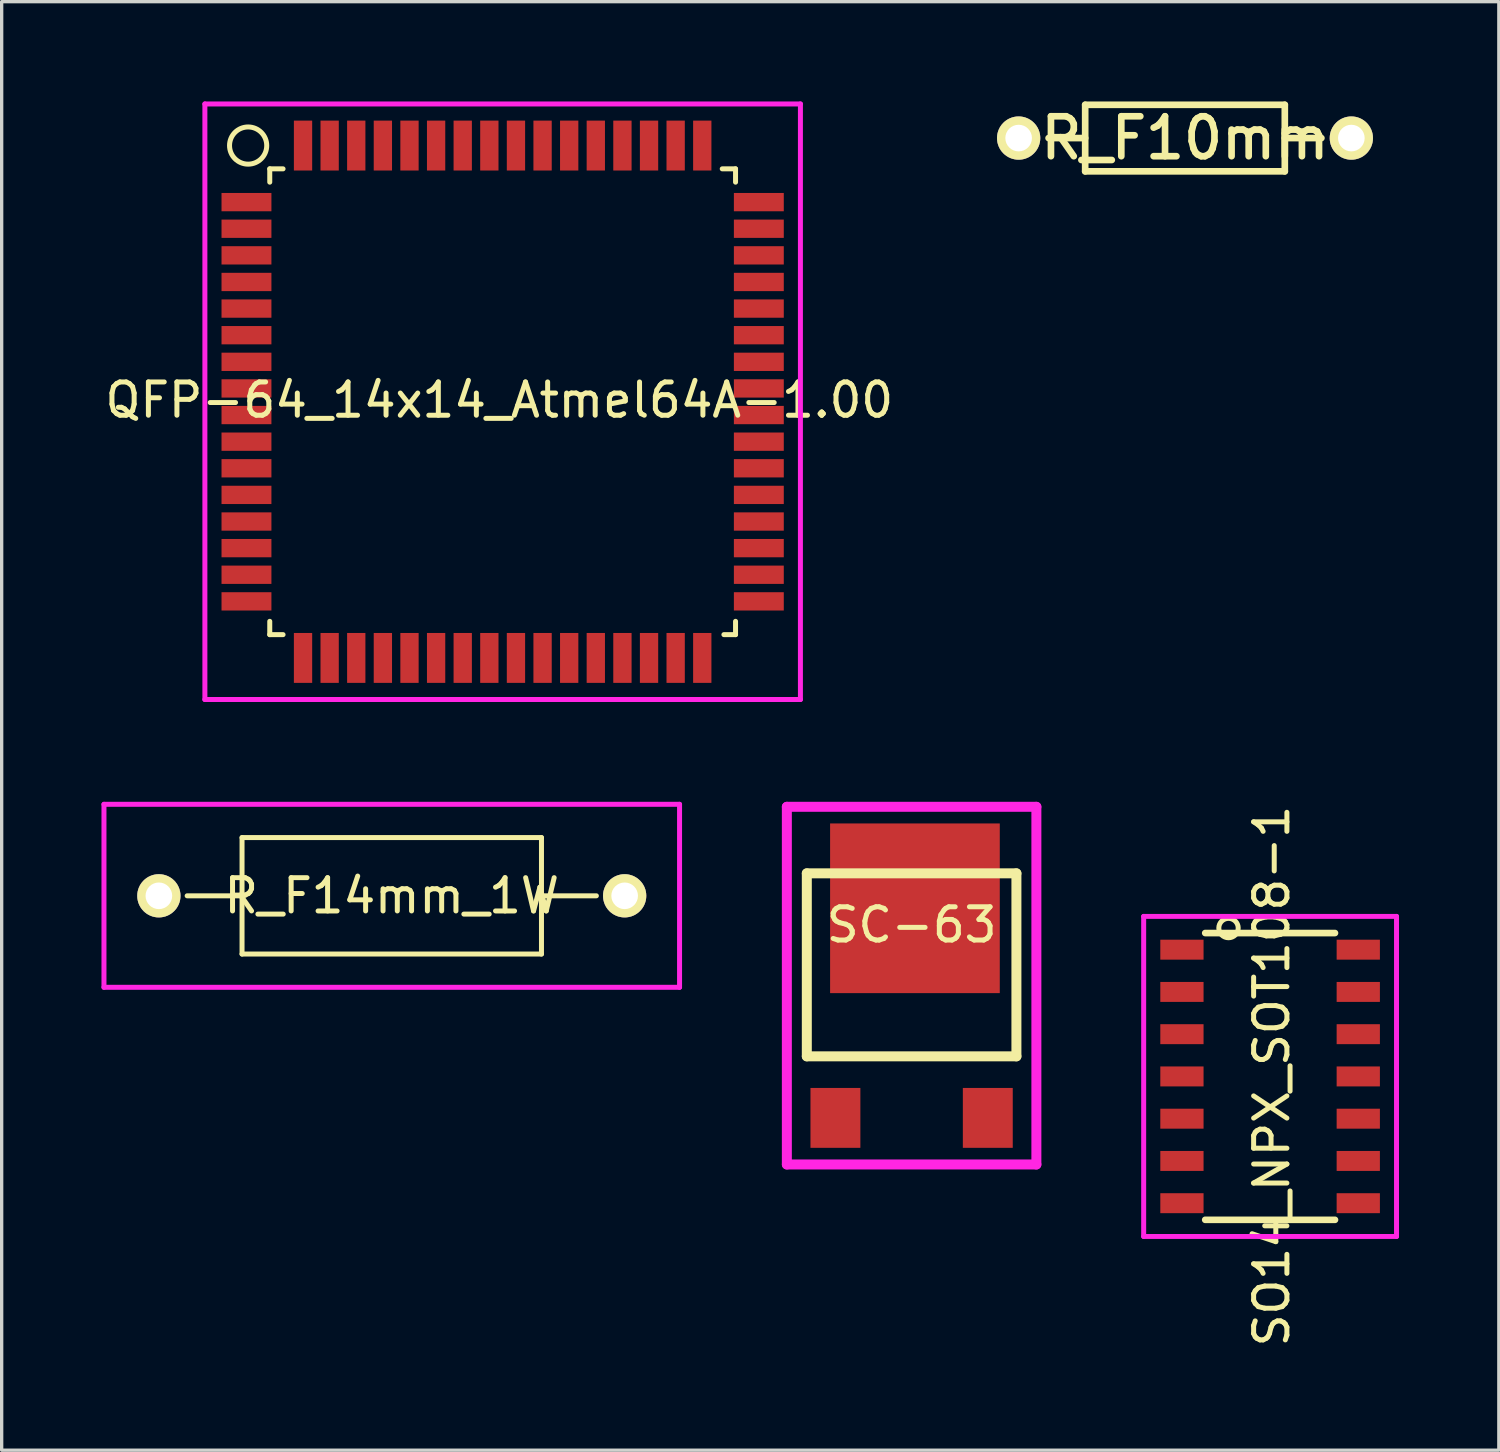
<source format=kicad_pcb>
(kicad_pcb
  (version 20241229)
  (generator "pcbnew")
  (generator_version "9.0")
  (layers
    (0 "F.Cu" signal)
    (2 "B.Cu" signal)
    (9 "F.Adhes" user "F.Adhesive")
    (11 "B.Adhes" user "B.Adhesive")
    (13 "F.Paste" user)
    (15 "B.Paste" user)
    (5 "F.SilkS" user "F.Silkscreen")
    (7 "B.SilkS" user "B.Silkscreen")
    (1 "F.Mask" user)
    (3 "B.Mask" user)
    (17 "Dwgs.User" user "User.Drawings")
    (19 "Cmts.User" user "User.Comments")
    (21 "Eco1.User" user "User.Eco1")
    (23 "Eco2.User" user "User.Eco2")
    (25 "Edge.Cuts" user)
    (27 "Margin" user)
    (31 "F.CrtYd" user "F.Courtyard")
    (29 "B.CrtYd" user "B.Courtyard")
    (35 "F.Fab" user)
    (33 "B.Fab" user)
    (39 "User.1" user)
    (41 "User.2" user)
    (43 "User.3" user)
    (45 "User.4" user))
  (footprint "R_F14mm_1W"
    (layer "F.Cu")
    (at 8.725 23.875)
    (property "Reference" "R_F14mm_1W" (at 0 0 0) (layer "F.SilkS") (effects (font (size 1 1) (thickness 0.15))))
    (attr through_hole)
    (fp_line (start -6.15 0) (end -4.5 0) (stroke (width 0.15) (type solid)) (layer "F.SilkS"))
    (fp_line (start -4.5 -1.75) (end 4.5 -1.75) (stroke (width 0.15) (type solid)) (layer "F.SilkS"))
    (fp_line (start -4.5 1.75) (end -4.5 -1.75) (stroke (width 0.15) (type solid)) (layer "F.SilkS"))
    (fp_line (start 4.5 -1.75) (end 4.5 1.75) (stroke (width 0.15) (type solid)) (layer "F.SilkS"))
    (fp_line (start 4.5 1.75) (end -4.5 1.75) (stroke (width 0.15) (type solid)) (layer "F.SilkS"))
    (fp_line (start 6.15 0) (end 4.5 0) (stroke (width 0.15) (type solid)) (layer "F.SilkS"))
    (fp_line (start -8.65 -2.75) (end 8.65 -2.75) (stroke (width 0.15) (type solid)) (layer "F.CrtYd"))
    (fp_line (start -8.65 2.75) (end -8.65 -2.75) (stroke (width 0.15) (type solid)) (layer "F.CrtYd"))
    (fp_line (start 8.65 -2.75) (end 8.65 2.75) (stroke (width 0.15) (type solid)) (layer "F.CrtYd"))
    (fp_line (start 8.65 2.75) (end -8.65 2.75) (stroke (width 0.15) (type solid)) (layer "F.CrtYd"))
    (pad "1" thru_hole circle (at -7 0) (size 1.3 1.3) (drill 0.8) (layers "*.Cu" "*.Mask" "F.SilkS"))
    (pad "2" thru_hole circle (at 7 0) (size 1.3 1.3) (drill 0.8) (layers "*.Cu" "*.Mask" "F.SilkS")))
  (footprint "R_F10mm"
    (layer "F.Cu")
    (at 32.567 1.1)
    (property "Reference" "R_F10mm" (at 0 0 0) (layer "F.SilkS") (effects (font (size 1.2 1.2) (thickness 0.2))))
    (attr through_hole)
    (fp_line (start -3 -1) (end 3 -1) (stroke (width 0.2) (type solid)) (layer "F.SilkS"))
    (fp_line (start -3 0) (end -4.1 0) (stroke (width 0.2) (type solid)) (layer "F.SilkS"))
    (fp_line (start -3 1) (end -3 -1) (stroke (width 0.2) (type solid)) (layer "F.SilkS"))
    (fp_line (start 3 -1) (end 3 1) (stroke (width 0.2) (type solid)) (layer "F.SilkS"))
    (fp_line (start 3 0) (end 4.1 0) (stroke (width 0.2) (type solid)) (layer "F.SilkS"))
    (fp_line (start 3 1) (end -3 1) (stroke (width 0.2) (type solid)) (layer "F.SilkS"))
    (pad "1" thru_hole circle (at -5 0) (size 1.3 1.3) (drill 0.8) (layers "*.Cu" "*.Mask" "F.SilkS"))
    (pad "2" thru_hole circle (at 5 0) (size 1.3 1.3) (drill 0.8) (layers "*.Cu" "*.Mask" "F.SilkS")))
  (footprint "QFP-64_14x14_Atmel64A-1.00"
    (layer "F.Cu")
    (at 4.358 3.025)
    (property "Reference" "QFP-64_14x14_Atmel64A-1.00" (at 7.6 5.95 0) (layer "F.SilkS") (effects (font (size 1 1) (thickness 0.15))))
    (attr through_hole)
    (fp_line (start 0.7 -1) (end 0.7 -0.6) (stroke (width 0.15) (type solid)) (layer "F.SilkS"))
    (fp_line (start 0.7 -1) (end 1.1 -1) (stroke (width 0.15) (type solid)) (layer "F.SilkS"))
    (fp_line (start 0.7 13) (end 0.7 12.6) (stroke (width 0.15) (type solid)) (layer "F.SilkS"))
    (fp_line (start 0.7 13) (end 1.1 13) (stroke (width 0.15) (type solid)) (layer "F.SilkS"))
    (fp_line (start 14.7 -1) (end 14.3 -1) (stroke (width 0.15) (type solid)) (layer "F.SilkS"))
    (fp_line (start 14.7 -1) (end 14.7 -0.6) (stroke (width 0.15) (type solid)) (layer "F.SilkS"))
    (fp_line (start 14.7 13) (end 14.35 13) (stroke (width 0.15) (type solid)) (layer "F.SilkS"))
    (fp_line (start 14.7 13) (end 14.7 12.6) (stroke (width 0.15) (type solid)) (layer "F.SilkS"))
    (fp_circle (center 0.05 -1.7) (end 0.55 -1.45) (stroke (width 0.15) (type solid)) (fill no) (layer "F.SilkS"))
    (fp_line (start -1.25 -2.95) (end 16.65 -2.95) (stroke (width 0.15) (type solid)) (layer "F.CrtYd"))
    (fp_line (start -1.25 14.95) (end -1.25 -2.95) (stroke (width 0.15) (type solid)) (layer "F.CrtYd"))
    (fp_line (start 16.65 -2.95) (end 16.65 14.95) (stroke (width 0.15) (type solid)) (layer "F.CrtYd"))
    (fp_line (start 16.65 14.95) (end -1.25 14.95) (stroke (width 0.15) (type solid)) (layer "F.CrtYd"))
    (pad "1" smd rect (at 0 0) (size 1.5 0.55) (layers "F.Cu" "F.Mask" "F.Paste"))
    (pad "2" smd rect (at 0 0.8) (size 1.5 0.55) (layers "F.Cu" "F.Mask" "F.Paste"))
    (pad "3" smd rect (at 0 1.6) (size 1.5 0.55) (layers "F.Cu" "F.Mask" "F.Paste"))
    (pad "4" smd rect (at 0 2.4) (size 1.5 0.55) (layers "F.Cu" "F.Mask" "F.Paste"))
    (pad "5" smd rect (at 0 3.2) (size 1.5 0.55) (layers "F.Cu" "F.Mask" "F.Paste"))
    (pad "6" smd rect (at 0 4) (size 1.5 0.55) (layers "F.Cu" "F.Mask" "F.Paste"))
    (pad "7" smd rect (at 0 4.8) (size 1.5 0.55) (layers "F.Cu" "F.Mask" "F.Paste"))
    (pad "8" smd rect (at 0 5.6) (size 1.5 0.55) (layers "F.Cu" "F.Mask" "F.Paste"))
    (pad "9" smd rect (at 0 6.4) (size 1.5 0.55) (layers "F.Cu" "F.Mask" "F.Paste"))
    (pad "10" smd rect (at 0 7.2) (size 1.5 0.55) (layers "F.Cu" "F.Mask" "F.Paste"))
    (pad "11" smd rect (at 0 8) (size 1.5 0.55) (layers "F.Cu" "F.Mask" "F.Paste"))
    (pad "12" smd rect (at 0 8.8) (size 1.5 0.55) (layers "F.Cu" "F.Mask" "F.Paste"))
    (pad "13" smd rect (at 0 9.6) (size 1.5 0.55) (layers "F.Cu" "F.Mask" "F.Paste"))
    (pad "14" smd rect (at 0 10.4) (size 1.5 0.55) (layers "F.Cu" "F.Mask" "F.Paste"))
    (pad "15" smd rect (at 0 11.2) (size 1.5 0.55) (layers "F.Cu" "F.Mask" "F.Paste"))
    (pad "16" smd rect (at 0 12) (size 1.5 0.55) (layers "F.Cu" "F.Mask" "F.Paste"))
    (pad "17" smd rect (at 1.7 13.7) (size 0.55 1.5) (layers "F.Cu" "F.Mask" "F.Paste"))
    (pad "18" smd rect (at 2.5 13.7) (size 0.55 1.5) (layers "F.Cu" "F.Mask" "F.Paste"))
    (pad "19" smd rect (at 3.3 13.7) (size 0.55 1.5) (layers "F.Cu" "F.Mask" "F.Paste"))
    (pad "20" smd rect (at 4.1 13.7) (size 0.55 1.5) (layers "F.Cu" "F.Mask" "F.Paste"))
    (pad "21" smd rect (at 4.9 13.7) (size 0.55 1.5) (layers "F.Cu" "F.Mask" "F.Paste"))
    (pad "22" smd rect (at 5.7 13.7) (size 0.55 1.5) (layers "F.Cu" "F.Mask" "F.Paste"))
    (pad "23" smd rect (at 6.5 13.7) (size 0.55 1.5) (layers "F.Cu" "F.Mask" "F.Paste"))
    (pad "24" smd rect (at 7.3 13.7) (size 0.55 1.5) (layers "F.Cu" "F.Mask" "F.Paste"))
    (pad "25" smd rect (at 8.1 13.7) (size 0.55 1.5) (layers "F.Cu" "F.Mask" "F.Paste"))
    (pad "26" smd rect (at 8.9 13.7) (size 0.55 1.5) (layers "F.Cu" "F.Mask" "F.Paste"))
    (pad "27" smd rect (at 9.7 13.7) (size 0.55 1.5) (layers "F.Cu" "F.Mask" "F.Paste"))
    (pad "28" smd rect (at 10.5 13.7) (size 0.55 1.5) (layers "F.Cu" "F.Mask" "F.Paste"))
    (pad "29" smd rect (at 11.3 13.7) (size 0.55 1.5) (layers "F.Cu" "F.Mask" "F.Paste"))
    (pad "30" smd rect (at 12.1 13.7) (size 0.55 1.5) (layers "F.Cu" "F.Mask" "F.Paste"))
    (pad "31" smd rect (at 12.9 13.7) (size 0.55 1.5) (layers "F.Cu" "F.Mask" "F.Paste"))
    (pad "32" smd rect (at 13.7 13.7) (size 0.55 1.5) (layers "F.Cu" "F.Mask" "F.Paste"))
    (pad "33" smd rect (at 15.4 12) (size 1.5 0.55) (layers "F.Cu" "F.Mask" "F.Paste"))
    (pad "34" smd rect (at 15.4 11.2) (size 1.5 0.55) (layers "F.Cu" "F.Mask" "F.Paste"))
    (pad "35" smd rect (at 15.4 10.4) (size 1.5 0.55) (layers "F.Cu" "F.Mask" "F.Paste"))
    (pad "36" smd rect (at 15.4 9.6) (size 1.5 0.55) (layers "F.Cu" "F.Mask" "F.Paste"))
    (pad "37" smd rect (at 15.4 8.8) (size 1.5 0.55) (layers "F.Cu" "F.Mask" "F.Paste"))
    (pad "38" smd rect (at 15.4 8) (size 1.5 0.55) (layers "F.Cu" "F.Mask" "F.Paste"))
    (pad "39" smd rect (at 15.4 7.2) (size 1.5 0.55) (layers "F.Cu" "F.Mask" "F.Paste"))
    (pad "40" smd rect (at 15.4 6.4) (size 1.5 0.55) (layers "F.Cu" "F.Mask" "F.Paste"))
    (pad "41" smd rect (at 15.4 5.6) (size 1.5 0.55) (layers "F.Cu" "F.Mask" "F.Paste"))
    (pad "42" smd rect (at 15.4 4.8) (size 1.5 0.55) (layers "F.Cu" "F.Mask" "F.Paste"))
    (pad "43" smd rect (at 15.4 4) (size 1.5 0.55) (layers "F.Cu" "F.Mask" "F.Paste"))
    (pad "44" smd rect (at 15.4 3.2) (size 1.5 0.55) (layers "F.Cu" "F.Mask" "F.Paste"))
    (pad "45" smd rect (at 15.4 2.4) (size 1.5 0.55) (layers "F.Cu" "F.Mask" "F.Paste"))
    (pad "46" smd rect (at 15.4 1.6) (size 1.5 0.55) (layers "F.Cu" "F.Mask" "F.Paste"))
    (pad "47" smd rect (at 15.4 0.8) (size 1.5 0.55) (layers "F.Cu" "F.Mask" "F.Paste"))
    (pad "48" smd rect (at 15.4 0) (size 1.5 0.55) (layers "F.Cu" "F.Mask" "F.Paste"))
    (pad "49" smd rect (at 13.7 -1.7) (size 0.55 1.5) (layers "F.Cu" "F.Mask" "F.Paste"))
    (pad "50" smd rect (at 12.9 -1.7) (size 0.55 1.5) (layers "F.Cu" "F.Mask" "F.Paste"))
    (pad "51" smd rect (at 12.1 -1.7) (size 0.55 1.5) (layers "F.Cu" "F.Mask" "F.Paste"))
    (pad "52" smd rect (at 11.3 -1.7) (size 0.55 1.5) (layers "F.Cu" "F.Mask" "F.Paste"))
    (pad "53" smd rect (at 10.5 -1.7) (size 0.55 1.5) (layers "F.Cu" "F.Mask" "F.Paste"))
    (pad "54" smd rect (at 9.7 -1.7) (size 0.55 1.5) (layers "F.Cu" "F.Mask" "F.Paste"))
    (pad "55" smd rect (at 8.9 -1.7) (size 0.55 1.5) (layers "F.Cu" "F.Mask" "F.Paste"))
    (pad "56" smd rect (at 8.1 -1.7) (size 0.55 1.5) (layers "F.Cu" "F.Mask" "F.Paste"))
    (pad "57" smd rect (at 7.3 -1.7) (size 0.55 1.5) (layers "F.Cu" "F.Mask" "F.Paste"))
    (pad "58" smd rect (at 6.5 -1.7) (size 0.55 1.5) (layers "F.Cu" "F.Mask" "F.Paste"))
    (pad "59" smd rect (at 5.7 -1.7) (size 0.55 1.5) (layers "F.Cu" "F.Mask" "F.Paste"))
    (pad "60" smd rect (at 4.9 -1.7) (size 0.55 1.5) (layers "F.Cu" "F.Mask" "F.Paste"))
    (pad "61" smd rect (at 4.1 -1.7) (size 0.55 1.5) (layers "F.Cu" "F.Mask" "F.Paste"))
    (pad "62" smd rect (at 3.3 -1.7) (size 0.55 1.5) (layers "F.Cu" "F.Mask" "F.Paste"))
    (pad "63" smd rect (at 2.5 -1.7) (size 0.55 1.5) (layers "F.Cu" "F.Mask" "F.Paste"))
    (pad "64" smd rect (at 1.7 -1.7) (size 0.55 1.5) (layers "F.Cu" "F.Mask" "F.Paste")))
  (footprint "SO14_NPX_SOT108-1"
    (layer "F.Cu")
    (at 32.475 25.494)
    (property "Reference" "SO14_NPX_SOT108-1" (at 2.7 3.8 90) (layer "F.SilkS") (effects (font (size 1 1) (thickness 0.15))))
    (attr through_hole)
    (fp_line (start 0.7 -0.5) (end 4.6 -0.5) (stroke (width 0.2) (type solid)) (layer "F.SilkS"))
    (fp_line (start 0.7 8.12) (end 4.6 8.12) (stroke (width 0.2) (type solid)) (layer "F.SilkS"))
    (fp_circle (center 1.4 -0.65) (end 1.65 -0.5) (stroke (width 0.15) (type solid)) (fill no) (layer "F.SilkS"))
    (fp_line (start -1.15 -1) (end 6.45 -1) (stroke (width 0.15) (type solid)) (layer "F.CrtYd"))
    (fp_line (start -1.15 8.62) (end -1.15 -1) (stroke (width 0.15) (type solid)) (layer "F.CrtYd"))
    (fp_line (start 6.45 -1) (end 6.45 8.62) (stroke (width 0.15) (type solid)) (layer "F.CrtYd"))
    (fp_line (start 6.45 8.62) (end -1.15 8.62) (stroke (width 0.15) (type solid)) (layer "F.CrtYd"))
    (pad "1" smd rect (at 0 0) (size 1.3 0.6) (layers "F.Cu" "F.Mask" "F.Paste"))
    (pad "2" smd rect (at 0 1.27) (size 1.3 0.6) (layers "F.Cu" "F.Mask" "F.Paste"))
    (pad "3" smd rect (at 0 2.54) (size 1.3 0.6) (layers "F.Cu" "F.Mask" "F.Paste"))
    (pad "4" smd rect (at 0 3.81) (size 1.3 0.6) (layers "F.Cu" "F.Mask" "F.Paste"))
    (pad "5" smd rect (at 0 5.08) (size 1.3 0.6) (layers "F.Cu" "F.Mask" "F.Paste"))
    (pad "6" smd rect (at 0 6.35) (size 1.3 0.6) (layers "F.Cu" "F.Mask" "F.Paste"))
    (pad "7" smd rect (at 0 7.62) (size 1.3 0.6) (layers "F.Cu" "F.Mask" "F.Paste"))
    (pad "8" smd rect (at 5.3 7.62) (size 1.3 0.6) (layers "F.Cu" "F.Mask" "F.Paste"))
    (pad "9" smd rect (at 5.3 6.35) (size 1.3 0.6) (layers "F.Cu" "F.Mask" "F.Paste"))
    (pad "10" smd rect (at 5.3 5.08) (size 1.3 0.6) (layers "F.Cu" "F.Mask" "F.Paste"))
    (pad "11" smd rect (at 5.3 3.81) (size 1.3 0.6) (layers "F.Cu" "F.Mask" "F.Paste"))
    (pad "12" smd rect (at 5.3 2.54) (size 1.3 0.6) (layers "F.Cu" "F.Mask" "F.Paste"))
    (pad "13" smd rect (at 5.3 1.27) (size 1.3 0.6) (layers "F.Cu" "F.Mask" "F.Paste"))
    (pad "14" smd rect (at 5.3 0) (size 1.3 0.6) (layers "F.Cu" "F.Mask" "F.Paste")))
  (footprint "SC-63"
    (layer "F.Cu")
    (at 24.35 26.5)
    (property "Reference" "SC-63" (at 0 -1.75 0) (layer "F.SilkS") (effects (font (size 1 1) (thickness 0.15))))
    (attr through_hole)
    (fp_line (start -3.15 -3.3) (end 3.15 -3.3) (stroke (width 0.3) (type solid)) (layer "F.SilkS"))
    (fp_line (start -3.15 2.2) (end -3.15 -3.3) (stroke (width 0.3) (type solid)) (layer "F.SilkS"))
    (fp_line (start 3.15 -3.3) (end 3.15 2.2) (stroke (width 0.3) (type solid)) (layer "F.SilkS"))
    (fp_line (start 3.15 2.2) (end -3.15 2.2) (stroke (width 0.3) (type solid)) (layer "F.SilkS"))
    (fp_line (start -3.75 -5.3) (end 3.75 -5.3) (stroke (width 0.3) (type solid)) (layer "F.CrtYd"))
    (fp_line (start -3.75 5.45) (end -3.75 -5.3) (stroke (width 0.3) (type solid)) (layer "F.CrtYd"))
    (fp_line (start 3.75 -5.3) (end 3.75 5.45) (stroke (width 0.3) (type solid)) (layer "F.CrtYd"))
    (fp_line (start 3.75 5.45) (end -3.75 5.45) (stroke (width 0.3) (type solid)) (layer "F.CrtYd"))
    (pad "1" smd rect (at -2.29 4.05) (size 1.5 1.8) (layers "F.Cu" "F.Mask" "F.Paste"))
    (pad "2" smd rect (at 0.1 -2.25) (size 5.1 5.1) (layers "F.Cu" "F.Mask" "F.Paste"))
    (pad "3" smd rect (at 2.29 4.05) (size 1.5 1.8) (layers "F.Cu" "F.Mask" "F.Paste")))
  (gr_rect
    (start -3 -3)
    (end 42 40.538)
    (stroke (width 0.1) (type default))
    (fill no)
    (layer "Edge.Cuts")))
</source>
